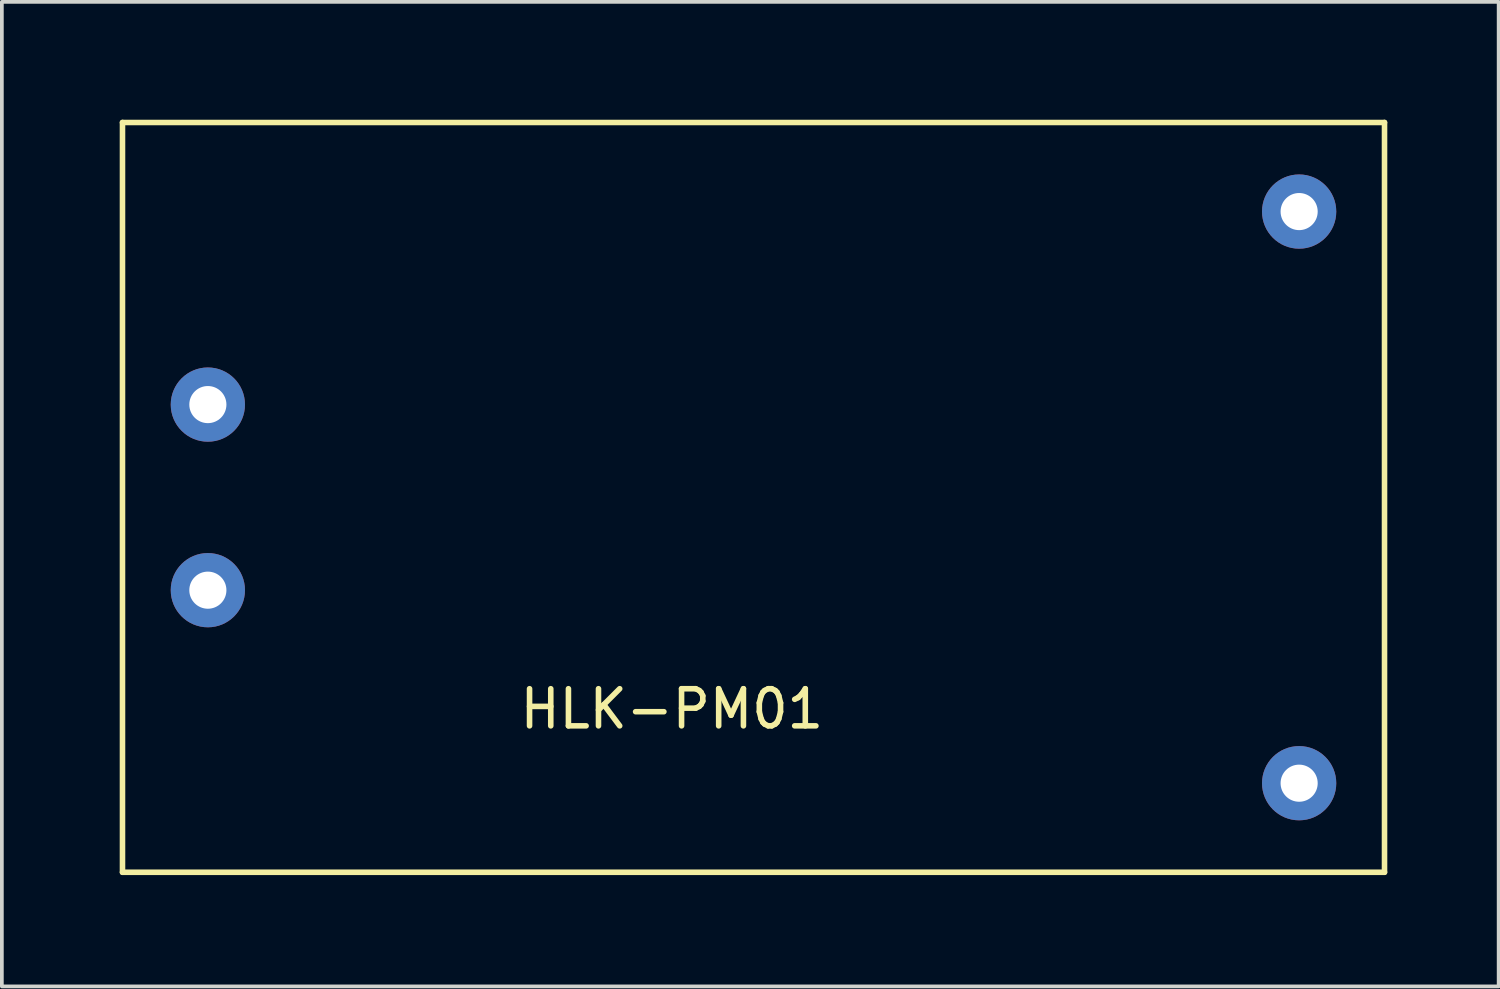
<source format=kicad_pcb>
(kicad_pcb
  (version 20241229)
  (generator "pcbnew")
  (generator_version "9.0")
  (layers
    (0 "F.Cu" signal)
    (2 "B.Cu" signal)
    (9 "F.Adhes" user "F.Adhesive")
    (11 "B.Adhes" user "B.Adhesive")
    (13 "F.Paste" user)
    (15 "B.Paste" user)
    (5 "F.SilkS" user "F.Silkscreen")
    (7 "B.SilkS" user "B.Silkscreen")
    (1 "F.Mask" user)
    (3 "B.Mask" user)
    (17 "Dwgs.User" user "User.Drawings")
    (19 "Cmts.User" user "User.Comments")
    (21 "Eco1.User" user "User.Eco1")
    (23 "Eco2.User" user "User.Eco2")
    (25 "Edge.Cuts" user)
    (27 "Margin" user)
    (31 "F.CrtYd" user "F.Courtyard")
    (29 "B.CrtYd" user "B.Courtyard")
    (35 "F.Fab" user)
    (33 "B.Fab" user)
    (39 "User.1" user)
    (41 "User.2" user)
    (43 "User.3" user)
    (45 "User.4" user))
  (footprint "HLK-PM01"
    (layer "F.Cu")
    (at 0.25 0.25)
    (property "Reference" "HLK-PM01" (at 14.8 15.8 0) (layer "F.SilkS") (effects (font (size 1 1) (thickness 0.15))))
    (attr through_hole)
    (fp_line (start 0 0) (end 34 0) (stroke (width 0.15) (type solid)) (layer "F.SilkS"))
    (fp_line (start 0 20.2) (end 0 0) (stroke (width 0.15) (type solid)) (layer "F.SilkS"))
    (fp_line (start 34 0) (end 34 20.2) (stroke (width 0.15) (type solid)) (layer "F.SilkS"))
    (fp_line (start 34 20.2) (end 0 20.2) (stroke (width 0.15) (type solid)) (layer "F.SilkS"))
    (pad "1" thru_hole circle (at 2.3 7.6) (size 2 2) (drill 1) (layers "*.Cu" "*.Mask"))
    (pad "2" thru_hole circle (at 2.3 12.6) (size 2 2) (drill 1) (layers "*.Cu" "*.Mask"))
    (pad "3" thru_hole circle (at 31.7 2.4) (size 2 2) (drill 1) (layers "*.Cu" "*.Mask"))
    (pad "4" thru_hole circle (at 31.7 17.8) (size 2 2) (drill 1) (layers "*.Cu" "*.Mask")))
  (gr_rect
    (start -3 -3)
    (end 37.325 23.525)
    (stroke (width 0.1) (type default))
    (fill no)
    (layer "Edge.Cuts")))
</source>
